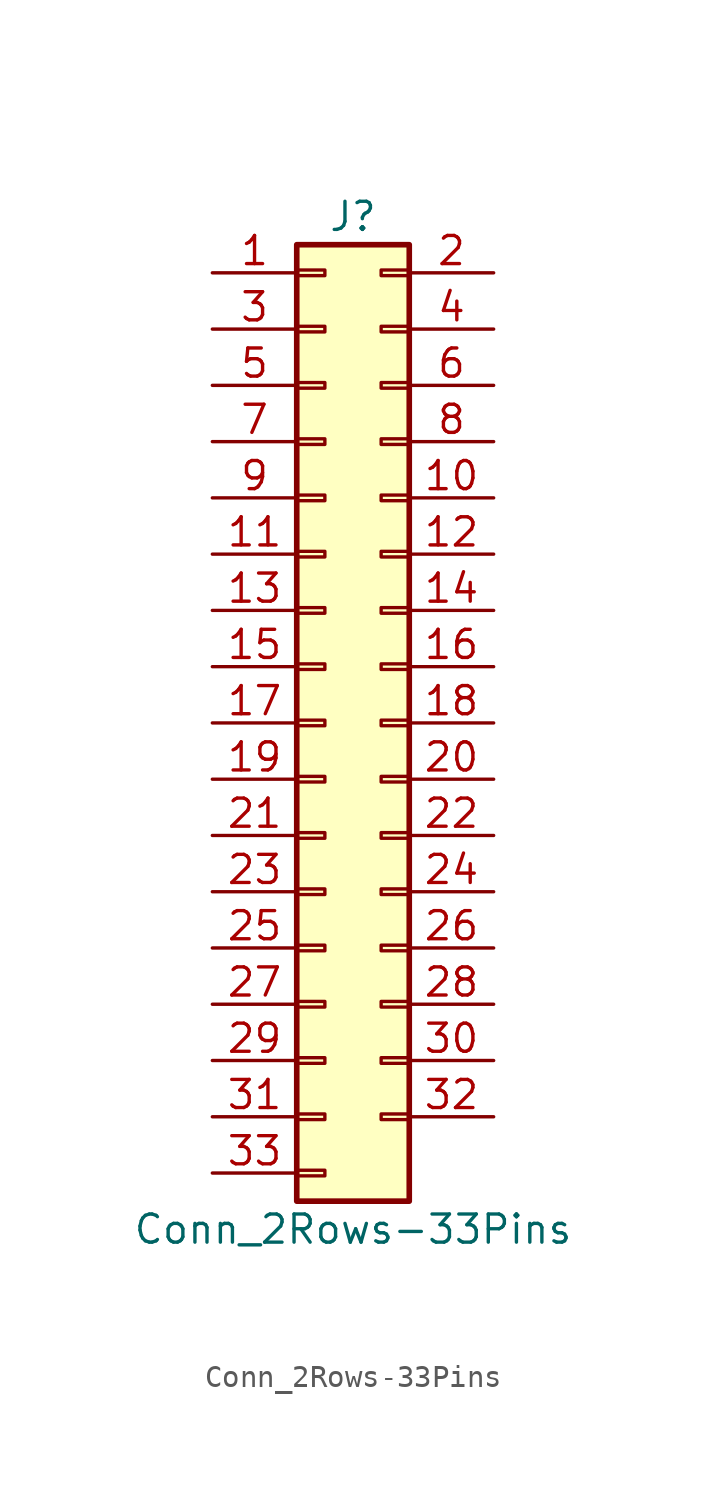
<source format=kicad_sym>
(kicad_symbol_lib
  (version 20211014)
  (generator kicad_symbol_editor)
  (symbol "Conn_2Rows-33Pins"
    (pin_names
      (offset 1.016) hide)
    (property "Reference" "J"
      (at 1.27 22.86 0)
      (effects (font (size 1.27 1.27))))
    (property "Value" "Conn_2Rows-33Pins"
      (at 1.27 -22.86 0)
      (effects (font (size 1.27 1.27))))
    (symbol "Conn_2Rows-33Pins_1_1"
      (rectangle (start -1.27 -20.193) (end 0 -20.447) (stroke (width 0.152) (type default) (color 0 0 0 0)) (fill (type none)))
      (rectangle (start -1.27 -17.653) (end 0 -17.907) (stroke (width 0.152) (type default) (color 0 0 0 0)) (fill (type none)))
      (rectangle (start -1.27 -15.113) (end 0 -15.367) (stroke (width 0.152) (type default) (color 0 0 0 0)) (fill (type none)))
      (rectangle (start -1.27 -12.573) (end 0 -12.827) (stroke (width 0.152) (type default) (color 0 0 0 0)) (fill (type none)))
      (rectangle (start -1.27 -10.033) (end 0 -10.287) (stroke (width 0.152) (type default) (color 0 0 0 0)) (fill (type none)))
      (rectangle (start -1.27 -7.493) (end 0 -7.747) (stroke (width 0.152) (type default) (color 0 0 0 0)) (fill (type none)))
      (rectangle (start -1.27 -4.953) (end 0 -5.207) (stroke (width 0.152) (type default) (color 0 0 0 0)) (fill (type none)))
      (rectangle (start -1.27 -2.413) (end 0 -2.667) (stroke (width 0.152) (type default) (color 0 0 0 0)) (fill (type none)))
      (rectangle (start -1.27 0.127) (end 0 -0.127) (stroke (width 0.152) (type default) (color 0 0 0 0)) (fill (type none)))
      (rectangle (start -1.27 2.667) (end 0 2.413) (stroke (width 0.152) (type default) (color 0 0 0 0)) (fill (type none)))
      (rectangle (start -1.27 5.207) (end 0 4.953) (stroke (width 0.152) (type default) (color 0 0 0 0)) (fill (type none)))
      (rectangle (start -1.27 7.747) (end 0 7.493) (stroke (width 0.152) (type default) (color 0 0 0 0)) (fill (type none)))
      (rectangle (start -1.27 10.287) (end 0 10.033) (stroke (width 0.152) (type default) (color 0 0 0 0)) (fill (type none)))
      (rectangle (start -1.27 12.827) (end 0 12.573) (stroke (width 0.152) (type default) (color 0 0 0 0)) (fill (type none)))
      (rectangle (start -1.27 15.367) (end 0 15.113) (stroke (width 0.152) (type default) (color 0 0 0 0)) (fill (type none)))
      (rectangle (start -1.27 17.907) (end 0 17.653) (stroke (width 0.152) (type default) (color 0 0 0 0)) (fill (type none)))
      (rectangle (start -1.27 20.447) (end 0 20.193) (stroke (width 0.152) (type default) (color 0 0 0 0)) (fill (type none)))
      (rectangle (start -1.27 21.59) (end 3.81 -21.59) (stroke (width 0.254) (type default) (color 0 0 0 0)) (fill (type background)))
      (rectangle (start 3.81 -17.653) (end 2.54 -17.907) (stroke (width 0.152) (type default) (color 0 0 0 0)) (fill (type none)))
      (rectangle (start 3.81 -15.113) (end 2.54 -15.367) (stroke (width 0.152) (type default) (color 0 0 0 0)) (fill (type none)))
      (rectangle (start 3.81 -12.573) (end 2.54 -12.827) (stroke (width 0.152) (type default) (color 0 0 0 0)) (fill (type none)))
      (rectangle (start 3.81 -10.033) (end 2.54 -10.287) (stroke (width 0.152) (type default) (color 0 0 0 0)) (fill (type none)))
      (rectangle (start 3.81 -7.493) (end 2.54 -7.747) (stroke (width 0.152) (type default) (color 0 0 0 0)) (fill (type none)))
      (rectangle (start 3.81 -4.953) (end 2.54 -5.207) (stroke (width 0.152) (type default) (color 0 0 0 0)) (fill (type none)))
      (rectangle (start 3.81 -2.413) (end 2.54 -2.667) (stroke (width 0.152) (type default) (color 0 0 0 0)) (fill (type none)))
      (rectangle (start 3.81 0.127) (end 2.54 -0.127) (stroke (width 0.152) (type default) (color 0 0 0 0)) (fill (type none)))
      (rectangle (start 3.81 2.667) (end 2.54 2.413) (stroke (width 0.152) (type default) (color 0 0 0 0)) (fill (type none)))
      (rectangle (start 3.81 5.207) (end 2.54 4.953) (stroke (width 0.152) (type default) (color 0 0 0 0)) (fill (type none)))
      (rectangle (start 3.81 7.747) (end 2.54 7.493) (stroke (width 0.152) (type default) (color 0 0 0 0)) (fill (type none)))
      (rectangle (start 3.81 10.287) (end 2.54 10.033) (stroke (width 0.152) (type default) (color 0 0 0 0)) (fill (type none)))
      (rectangle (start 3.81 12.827) (end 2.54 12.573) (stroke (width 0.152) (type default) (color 0 0 0 0)) (fill (type none)))
      (rectangle (start 3.81 15.367) (end 2.54 15.113) (stroke (width 0.152) (type default) (color 0 0 0 0)) (fill (type none)))
      (rectangle (start 3.81 17.907) (end 2.54 17.653) (stroke (width 0.152) (type default) (color 0 0 0 0)) (fill (type none)))
      (rectangle (start 3.81 20.447) (end 2.54 20.193) (stroke (width 0.152) (type default) (color 0 0 0 0)) (fill (type none)))
      (pin passive line (at -5.08 20.32 0) (length 3.81) (name "Pin_1" (effects (font (size 1.27 1.27)))) (number "1" (effects (font (size 1.27 1.27)))))
      (pin passive line (at 7.62 10.16 180) (length 3.81) (name "Pin_10" (effects (font (size 1.27 1.27)))) (number "10" (effects (font (size 1.27 1.27)))))
      (pin passive line (at -5.08 7.62 0) (length 3.81) (name "Pin_11" (effects (font (size 1.27 1.27)))) (number "11" (effects (font (size 1.27 1.27)))))
      (pin passive line (at 7.62 7.62 180) (length 3.81) (name "Pin_12" (effects (font (size 1.27 1.27)))) (number "12" (effects (font (size 1.27 1.27)))))
      (pin passive line (at -5.08 5.08 0) (length 3.81) (name "Pin_13" (effects (font (size 1.27 1.27)))) (number "13" (effects (font (size 1.27 1.27)))))
      (pin passive line (at 7.62 5.08 180) (length 3.81) (name "Pin_14" (effects (font (size 1.27 1.27)))) (number "14" (effects (font (size 1.27 1.27)))))
      (pin passive line (at -5.08 2.54 0) (length 3.81) (name "Pin_15" (effects (font (size 1.27 1.27)))) (number "15" (effects (font (size 1.27 1.27)))))
      (pin passive line (at 7.62 2.54 180) (length 3.81) (name "Pin_16" (effects (font (size 1.27 1.27)))) (number "16" (effects (font (size 1.27 1.27)))))
      (pin passive line (at -5.08 0 0) (length 3.81) (name "Pin_17" (effects (font (size 1.27 1.27)))) (number "17" (effects (font (size 1.27 1.27)))))
      (pin passive line (at 7.62 0 180) (length 3.81) (name "Pin_18" (effects (font (size 1.27 1.27)))) (number "18" (effects (font (size 1.27 1.27)))))
      (pin passive line (at -5.08 -2.54 0) (length 3.81) (name "Pin_19" (effects (font (size 1.27 1.27)))) (number "19" (effects (font (size 1.27 1.27)))))
      (pin passive line (at 7.62 20.32 180) (length 3.81) (name "Pin_2" (effects (font (size 1.27 1.27)))) (number "2" (effects (font (size 1.27 1.27)))))
      (pin passive line (at 7.62 -2.54 180) (length 3.81) (name "Pin_20" (effects (font (size 1.27 1.27)))) (number "20" (effects (font (size 1.27 1.27)))))
      (pin passive line (at -5.08 -5.08 0) (length 3.81) (name "Pin_21" (effects (font (size 1.27 1.27)))) (number "21" (effects (font (size 1.27 1.27)))))
      (pin passive line (at 7.62 -5.08 180) (length 3.81) (name "Pin_22" (effects (font (size 1.27 1.27)))) (number "22" (effects (font (size 1.27 1.27)))))
      (pin passive line (at -5.08 -7.62 0) (length 3.81) (name "Pin_23" (effects (font (size 1.27 1.27)))) (number "23" (effects (font (size 1.27 1.27)))))
      (pin passive line (at 7.62 -7.62 180) (length 3.81) (name "Pin_24" (effects (font (size 1.27 1.27)))) (number "24" (effects (font (size 1.27 1.27)))))
      (pin passive line (at -5.08 -10.16 0) (length 3.81) (name "Pin_25" (effects (font (size 1.27 1.27)))) (number "25" (effects (font (size 1.27 1.27)))))
      (pin passive line (at 7.62 -10.16 180) (length 3.81) (name "Pin_26" (effects (font (size 1.27 1.27)))) (number "26" (effects (font (size 1.27 1.27)))))
      (pin passive line (at -5.08 -12.7 0) (length 3.81) (name "Pin_27" (effects (font (size 1.27 1.27)))) (number "27" (effects (font (size 1.27 1.27)))))
      (pin passive line (at 7.62 -12.7 180) (length 3.81) (name "Pin_28" (effects (font (size 1.27 1.27)))) (number "28" (effects (font (size 1.27 1.27)))))
      (pin passive line (at -5.08 -15.24 0) (length 3.81) (name "Pin_29" (effects (font (size 1.27 1.27)))) (number "29" (effects (font (size 1.27 1.27)))))
      (pin passive line (at -5.08 17.78 0) (length 3.81) (name "Pin_3" (effects (font (size 1.27 1.27)))) (number "3" (effects (font (size 1.27 1.27)))))
      (pin passive line (at 7.62 -15.24 180) (length 3.81) (name "Pin_30" (effects (font (size 1.27 1.27)))) (number "30" (effects (font (size 1.27 1.27)))))
      (pin passive line (at -5.08 -17.78 0) (length 3.81) (name "Pin_31" (effects (font (size 1.27 1.27)))) (number "31" (effects (font (size 1.27 1.27)))))
      (pin passive line (at 7.62 -17.78 180) (length 3.81) (name "Pin_32" (effects (font (size 1.27 1.27)))) (number "32" (effects (font (size 1.27 1.27)))))
      (pin passive line (at -5.08 -20.32 0) (length 3.81) (name "Pin_33" (effects (font (size 1.27 1.27)))) (number "33" (effects (font (size 1.27 1.27)))))
      (pin passive line (at 7.62 17.78 180) (length 3.81) (name "Pin_4" (effects (font (size 1.27 1.27)))) (number "4" (effects (font (size 1.27 1.27)))))
      (pin passive line (at -5.08 15.24 0) (length 3.81) (name "Pin_5" (effects (font (size 1.27 1.27)))) (number "5" (effects (font (size 1.27 1.27)))))
      (pin passive line (at 7.62 15.24 180) (length 3.81) (name "Pin_6" (effects (font (size 1.27 1.27)))) (number "6" (effects (font (size 1.27 1.27)))))
      (pin passive line (at -5.08 12.7 0) (length 3.81) (name "Pin_7" (effects (font (size 1.27 1.27)))) (number "7" (effects (font (size 1.27 1.27)))))
      (pin passive line (at 7.62 12.7 180) (length 3.81) (name "Pin_8" (effects (font (size 1.27 1.27)))) (number "8" (effects (font (size 1.27 1.27)))))
      (pin passive line (at -5.08 10.16 0) (length 3.81) (name "Pin_9" (effects (font (size 1.27 1.27)))) (number "9" (effects (font (size 1.27 1.27))))))))
</source>
